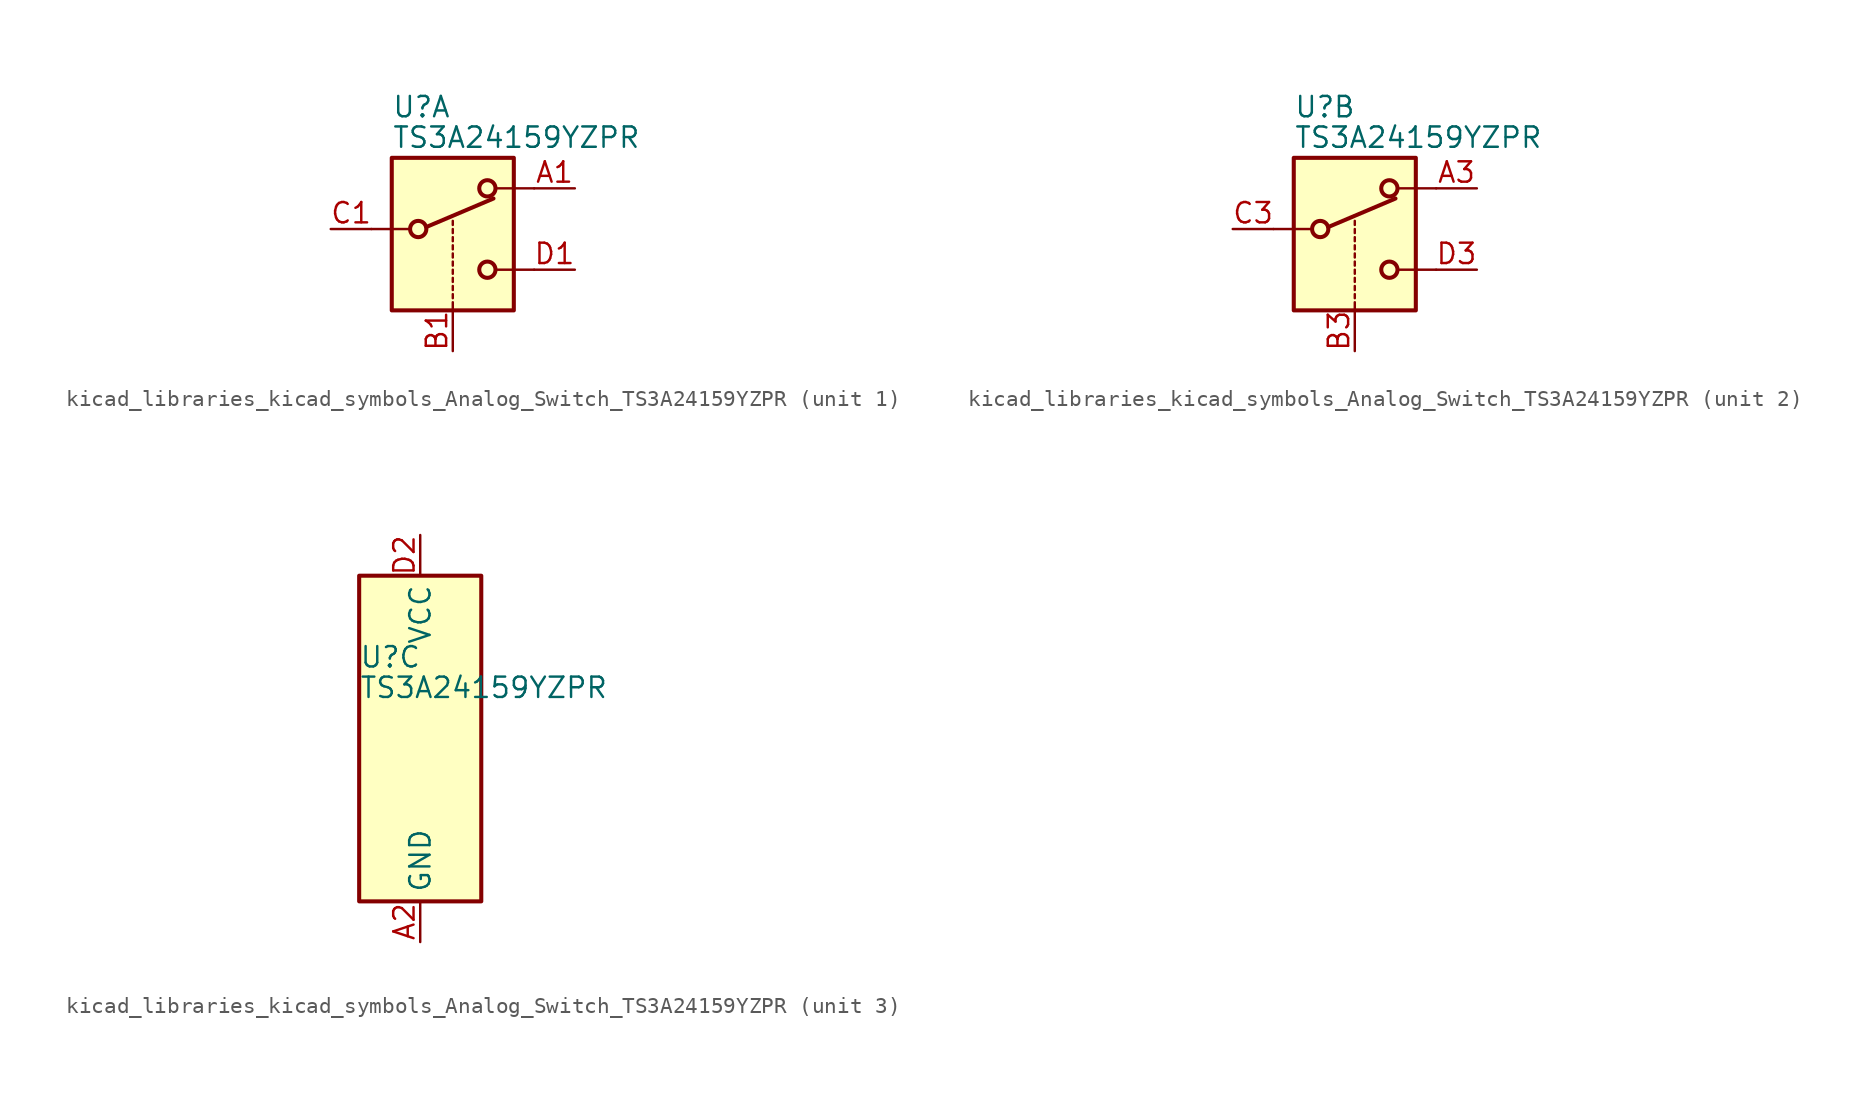
<source format=kicad_sym>
(kicad_symbol_lib
  (version 20220914)
  (generator kicad_symbol_editor)
  (symbol "kicad_libraries_kicad_symbols_Analog_Switch_TS3A24159YZPR"
    (property "Reference" "U"
      (at -3.81 5.08 0)
      (effects (font (size 1.27 1.27)) (justify left)))
    (property "Value" "TS3A24159YZPR"
      (at -3.81 3.175 0)
      (effects (font (size 1.27 1.27)) (justify left)))
    (property "ki_locked" ""
      (at 0 0 0)
      (effects (font (size 1.27 1.27))))
    (symbol "kicad_libraries_kicad_symbols_Analog_Switch_TS3A24159YZPR_1_1"
      (rectangle (start -3.81 1.905) (end 3.81 -7.62) (stroke (width 0.254) (type default)) (fill (type background)))
      (circle (center -2.159 -2.54) (radius 0.508) (stroke (width 0.254) (type default)) (fill (type none)))
      (polyline (pts (xy -5.08 -2.54) (xy -2.794 -2.54)) (stroke (width 0) (type default)) (fill (type none)))
      (polyline (pts (xy -1.651 -2.413) (xy 2.54 -0.635)) (stroke (width 0.254) (type default)) (fill (type none)))
      (polyline (pts (xy 0 -7.62) (xy 0 -7.112)) (stroke (width 0) (type default)) (fill (type none)))
      (polyline (pts (xy 0 -6.858) (xy 0 -6.604)) (stroke (width 0) (type default)) (fill (type none)))
      (polyline (pts (xy 0 -6.35) (xy 0 -6.096)) (stroke (width 0) (type default)) (fill (type none)))
      (polyline (pts (xy 0 -5.842) (xy 0 -5.588)) (stroke (width 0) (type default)) (fill (type none)))
      (polyline (pts (xy 0 -5.334) (xy 0 -5.08)) (stroke (width 0) (type default)) (fill (type none)))
      (polyline (pts (xy 0 -4.826) (xy 0 -4.572)) (stroke (width 0) (type default)) (fill (type none)))
      (polyline (pts (xy 0 -4.318) (xy 0 -4.064)) (stroke (width 0) (type default)) (fill (type none)))
      (polyline (pts (xy 0 -3.81) (xy 0 -3.556)) (stroke (width 0) (type default)) (fill (type none)))
      (polyline (pts (xy 0 -3.302) (xy 0 -3.048)) (stroke (width 0) (type default)) (fill (type none)))
      (polyline (pts (xy 0 -2.794) (xy 0 -2.54)) (stroke (width 0) (type default)) (fill (type none)))
      (polyline (pts (xy 0 -2.286) (xy 0 -2.032)) (stroke (width 0) (type default)) (fill (type none)))
      (polyline (pts (xy 5.08 -5.08) (xy 2.794 -5.08)) (stroke (width 0) (type default)) (fill (type none)))
      (polyline (pts (xy 5.08 0) (xy 2.794 0)) (stroke (width 0) (type default)) (fill (type none)))
      (circle (center 2.159 -5.08) (radius 0.508) (stroke (width 0.254) (type default)) (fill (type none)))
      (circle (center 2.159 0) (radius 0.508) (stroke (width 0.254) (type default)) (fill (type none)))
      (pin passive line (at 7.62 0 180) (length 2.54) (name "~" (effects (font (size 1.27 1.27)))) (number "A1" (effects (font (size 1.27 1.27)))))
      (pin input line (at 0 -10.16 90) (length 2.54) (name "~" (effects (font (size 1.27 1.27)))) (number "B1" (effects (font (size 1.27 1.27)))))
      (pin passive line (at -7.62 -2.54 0) (length 2.54) (name "~" (effects (font (size 1.27 1.27)))) (number "C1" (effects (font (size 1.27 1.27)))))
      (pin passive line (at 7.62 -5.08 180) (length 2.54) (name "~" (effects (font (size 1.27 1.27)))) (number "D1" (effects (font (size 1.27 1.27))))))
    (symbol "kicad_libraries_kicad_symbols_Analog_Switch_TS3A24159YZPR_2_1"
      (rectangle (start -3.81 1.905) (end 3.81 -7.62) (stroke (width 0.254) (type default)) (fill (type background)))
      (circle (center -2.159 -2.54) (radius 0.508) (stroke (width 0.254) (type default)) (fill (type none)))
      (polyline (pts (xy -5.08 -2.54) (xy -2.794 -2.54)) (stroke (width 0) (type default)) (fill (type none)))
      (polyline (pts (xy -1.651 -2.413) (xy 2.54 -0.635)) (stroke (width 0.254) (type default)) (fill (type none)))
      (polyline (pts (xy 0 -7.62) (xy 0 -7.112)) (stroke (width 0) (type default)) (fill (type none)))
      (polyline (pts (xy 0 -6.858) (xy 0 -6.604)) (stroke (width 0) (type default)) (fill (type none)))
      (polyline (pts (xy 0 -6.35) (xy 0 -6.096)) (stroke (width 0) (type default)) (fill (type none)))
      (polyline (pts (xy 0 -5.842) (xy 0 -5.588)) (stroke (width 0) (type default)) (fill (type none)))
      (polyline (pts (xy 0 -5.334) (xy 0 -5.08)) (stroke (width 0) (type default)) (fill (type none)))
      (polyline (pts (xy 0 -4.826) (xy 0 -4.572)) (stroke (width 0) (type default)) (fill (type none)))
      (polyline (pts (xy 0 -4.318) (xy 0 -4.064)) (stroke (width 0) (type default)) (fill (type none)))
      (polyline (pts (xy 0 -3.81) (xy 0 -3.556)) (stroke (width 0) (type default)) (fill (type none)))
      (polyline (pts (xy 0 -3.302) (xy 0 -3.048)) (stroke (width 0) (type default)) (fill (type none)))
      (polyline (pts (xy 0 -2.794) (xy 0 -2.54)) (stroke (width 0) (type default)) (fill (type none)))
      (polyline (pts (xy 0 -2.286) (xy 0 -2.032)) (stroke (width 0) (type default)) (fill (type none)))
      (polyline (pts (xy 5.08 -5.08) (xy 2.794 -5.08)) (stroke (width 0) (type default)) (fill (type none)))
      (polyline (pts (xy 5.08 0) (xy 2.794 0)) (stroke (width 0) (type default)) (fill (type none)))
      (circle (center 2.159 -5.08) (radius 0.508) (stroke (width 0.254) (type default)) (fill (type none)))
      (circle (center 2.159 0) (radius 0.508) (stroke (width 0.254) (type default)) (fill (type none)))
      (pin passive line (at 7.62 0 180) (length 2.54) (name "~" (effects (font (size 1.27 1.27)))) (number "A3" (effects (font (size 1.27 1.27)))))
      (pin input line (at 0 -10.16 90) (length 2.54) (name "~" (effects (font (size 1.27 1.27)))) (number "B3" (effects (font (size 1.27 1.27)))))
      (pin passive line (at -7.62 -2.54 0) (length 2.54) (name "~" (effects (font (size 1.27 1.27)))) (number "C3" (effects (font (size 1.27 1.27)))))
      (pin passive line (at 7.62 -5.08 180) (length 2.54) (name "~" (effects (font (size 1.27 1.27)))) (number "D3" (effects (font (size 1.27 1.27))))))
    (symbol "kicad_libraries_kicad_symbols_Analog_Switch_TS3A24159YZPR_3_1"
      (rectangle (start -3.81 10.16) (end 3.81 -10.16) (stroke (width 0.254) (type default)) (fill (type background)))
      (pin power_in line (at 0 -12.7 90) (length 2.54) (name "GND" (effects (font (size 1.27 1.27)))) (number "A2" (effects (font (size 1.27 1.27)))))
      (pin power_in line (at 0 12.7 270) (length 2.54) (name "VCC" (effects (font (size 1.27 1.27)))) (number "D2" (effects (font (size 1.27 1.27))))))))
</source>
